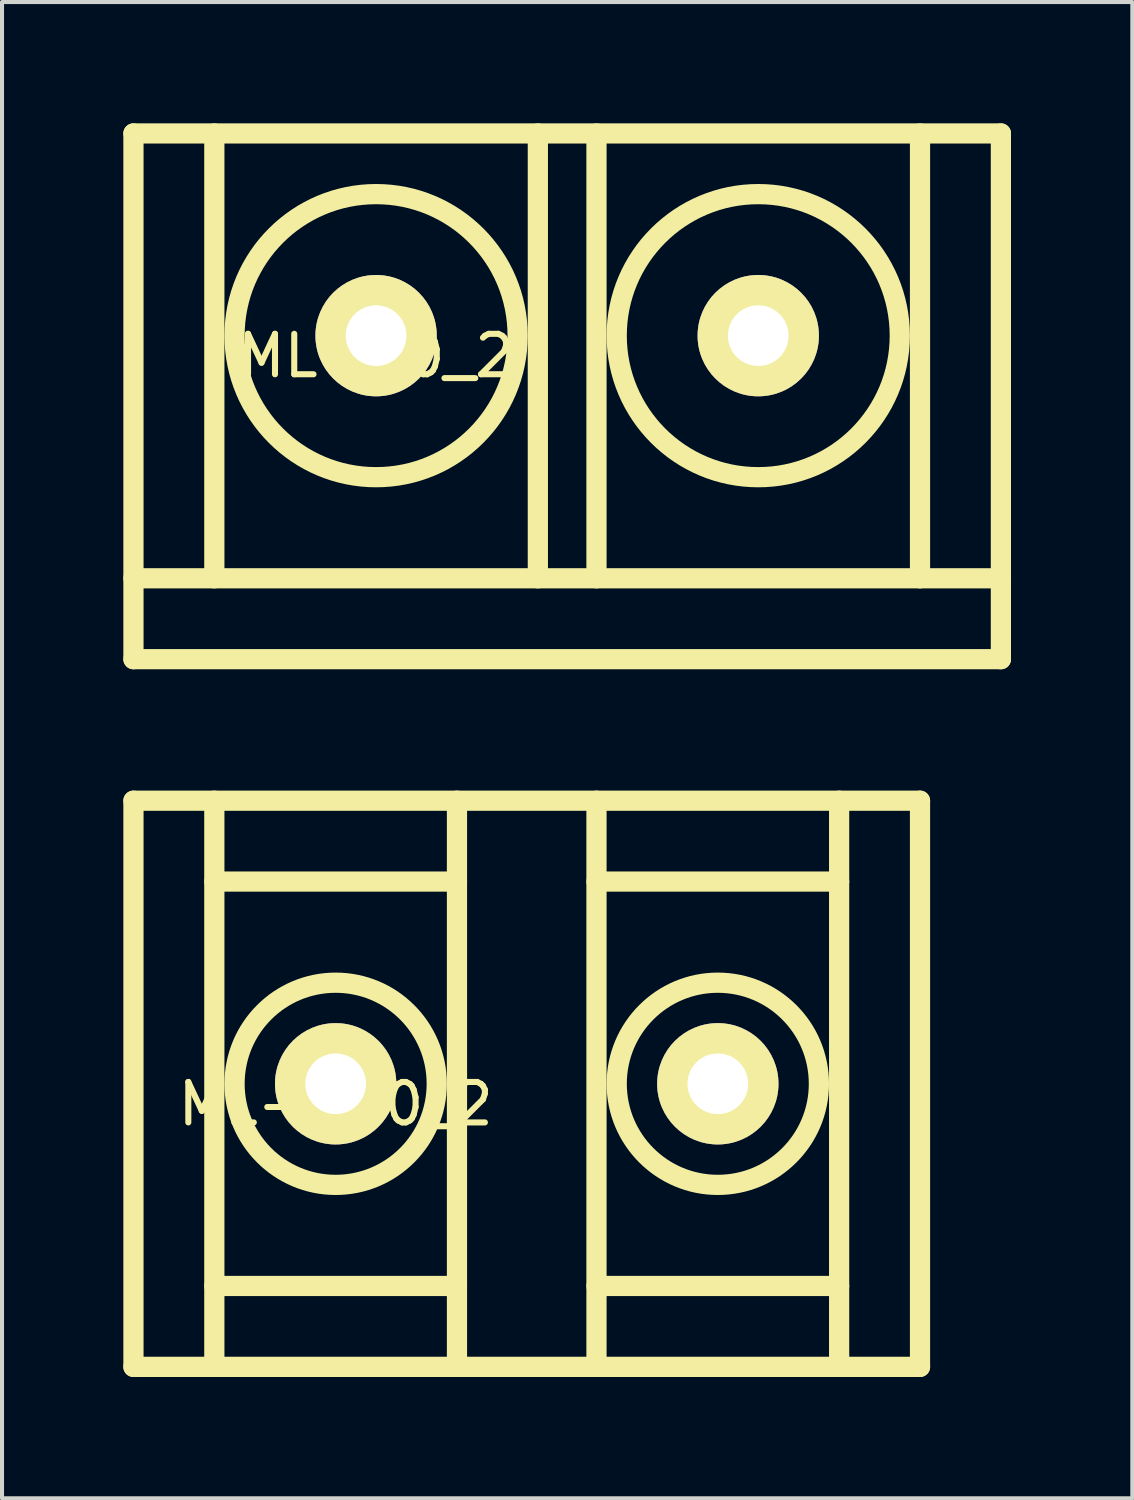
<source format=kicad_pcb>
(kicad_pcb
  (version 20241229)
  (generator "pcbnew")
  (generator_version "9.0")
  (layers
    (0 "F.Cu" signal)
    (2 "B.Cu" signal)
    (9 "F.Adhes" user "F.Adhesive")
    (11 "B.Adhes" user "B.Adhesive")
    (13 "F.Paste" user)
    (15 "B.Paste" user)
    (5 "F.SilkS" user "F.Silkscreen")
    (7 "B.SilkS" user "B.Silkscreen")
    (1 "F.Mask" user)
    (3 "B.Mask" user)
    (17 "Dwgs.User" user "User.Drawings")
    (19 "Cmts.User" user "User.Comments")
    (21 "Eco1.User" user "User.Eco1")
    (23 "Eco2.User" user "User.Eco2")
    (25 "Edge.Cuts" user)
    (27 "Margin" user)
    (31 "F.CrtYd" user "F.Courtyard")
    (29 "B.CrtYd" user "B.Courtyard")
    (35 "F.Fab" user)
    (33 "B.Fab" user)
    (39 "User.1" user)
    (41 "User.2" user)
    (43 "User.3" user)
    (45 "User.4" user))
  (footprint "ML-30_2"
    (layer "F.Cu")
    (at 6.25 5.25)
    (property "Reference" "ML-30_2" (at 0 0.5 0) (layer "F.SilkS") (effects (font (size 1 1) (thickness 0.15))))
    (attr through_hole)
    (fp_line (start -6 -5) (end -6 8) (stroke (width 0.5) (type solid)) (layer "F.SilkS"))
    (fp_line (start -6 -5) (end 15.45 -5) (stroke (width 0.5) (type solid)) (layer "F.SilkS"))
    (fp_line (start -6 6) (end 15.45 6) (stroke (width 0.5) (type solid)) (layer "F.SilkS"))
    (fp_line (start -4 6) (end -4 -5) (stroke (width 0.5) (type solid)) (layer "F.SilkS"))
    (fp_line (start 4 6) (end 4 -5) (stroke (width 0.5) (type solid)) (layer "F.SilkS"))
    (fp_line (start 5.45 -5) (end 5.45 6) (stroke (width 0.5) (type solid)) (layer "F.SilkS"))
    (fp_line (start 13.45 6) (end 13.45 -5) (stroke (width 0.5) (type solid)) (layer "F.SilkS"))
    (fp_line (start 15.45 -5) (end 15.45 8) (stroke (width 0.5) (type solid)) (layer "F.SilkS"))
    (fp_line (start 15.45 8) (end -6 8) (stroke (width 0.5) (type solid)) (layer "F.SilkS"))
    (fp_circle (center 0 0) (end -3.5 0) (stroke (width 0.5) (type solid)) (fill no) (layer "F.SilkS"))
    (fp_circle (center 9.45 0) (end 9.45 -3.5) (stroke (width 0.5) (type solid)) (fill no) (layer "F.SilkS"))
    (pad "1" thru_hole circle (at 0 0) (size 3 3) (drill 1.5) (layers "*.Cu" "*.Mask" "F.SilkS"))
    (pad "2" thru_hole circle (at 9.45 0) (size 3 3) (drill 1.5) (layers "*.Cu" "*.Mask" "F.SilkS")))
  (footprint "ML-250_2"
    (layer "F.Cu")
    (at 5.25 23.75)
    (property "Reference" "ML-250_2" (at 0 0.5 0) (layer "F.SilkS") (effects (font (size 1 1) (thickness 0.15))))
    (attr through_hole)
    (fp_line (start -5 -7) (end -5 7) (stroke (width 0.5) (type solid)) (layer "F.SilkS"))
    (fp_line (start -3 -7) (end -3 7) (stroke (width 0.5) (type solid)) (layer "F.SilkS"))
    (fp_line (start -3 -5) (end 3 -5) (stroke (width 0.5) (type solid)) (layer "F.SilkS"))
    (fp_line (start -3 5) (end 3 5) (stroke (width 0.5) (type solid)) (layer "F.SilkS"))
    (fp_line (start 3 7) (end 3 -7) (stroke (width 0.5) (type solid)) (layer "F.SilkS"))
    (fp_line (start 6.45 -7) (end 6.45 7) (stroke (width 0.5) (type solid)) (layer "F.SilkS"))
    (fp_line (start 6.45 -5) (end 12.45 -5) (stroke (width 0.5) (type solid)) (layer "F.SilkS"))
    (fp_line (start 6.45 5) (end 12.45 5) (stroke (width 0.5) (type solid)) (layer "F.SilkS"))
    (fp_line (start 12.45 7) (end 12.45 -7) (stroke (width 0.5) (type solid)) (layer "F.SilkS"))
    (fp_line (start 14.45 -7) (end -5 -7) (stroke (width 0.5) (type solid)) (layer "F.SilkS"))
    (fp_line (start 14.45 -7) (end 14.45 7) (stroke (width 0.5) (type solid)) (layer "F.SilkS"))
    (fp_line (start 14.45 7) (end -5 7) (stroke (width 0.5) (type solid)) (layer "F.SilkS"))
    (fp_circle (center 0 0) (end 0 -2.5) (stroke (width 0.5) (type solid)) (fill no) (layer "F.SilkS"))
    (fp_circle (center 9.45 0) (end 9.45 -2.5) (stroke (width 0.5) (type solid)) (fill no) (layer "F.SilkS"))
    (pad "1" thru_hole circle (at 0 0) (size 3 3) (drill 1.5) (layers "*.Cu" "*.Mask" "F.SilkS"))
    (pad "2" thru_hole circle (at 9.45 0) (size 3 3) (drill 1.5) (layers "*.Cu" "*.Mask" "F.SilkS")))
  (gr_rect
    (start -3 -3)
    (end 24.95 34)
    (stroke (width 0.1) (type default))
    (fill no)
    (layer "Edge.Cuts")))
</source>
